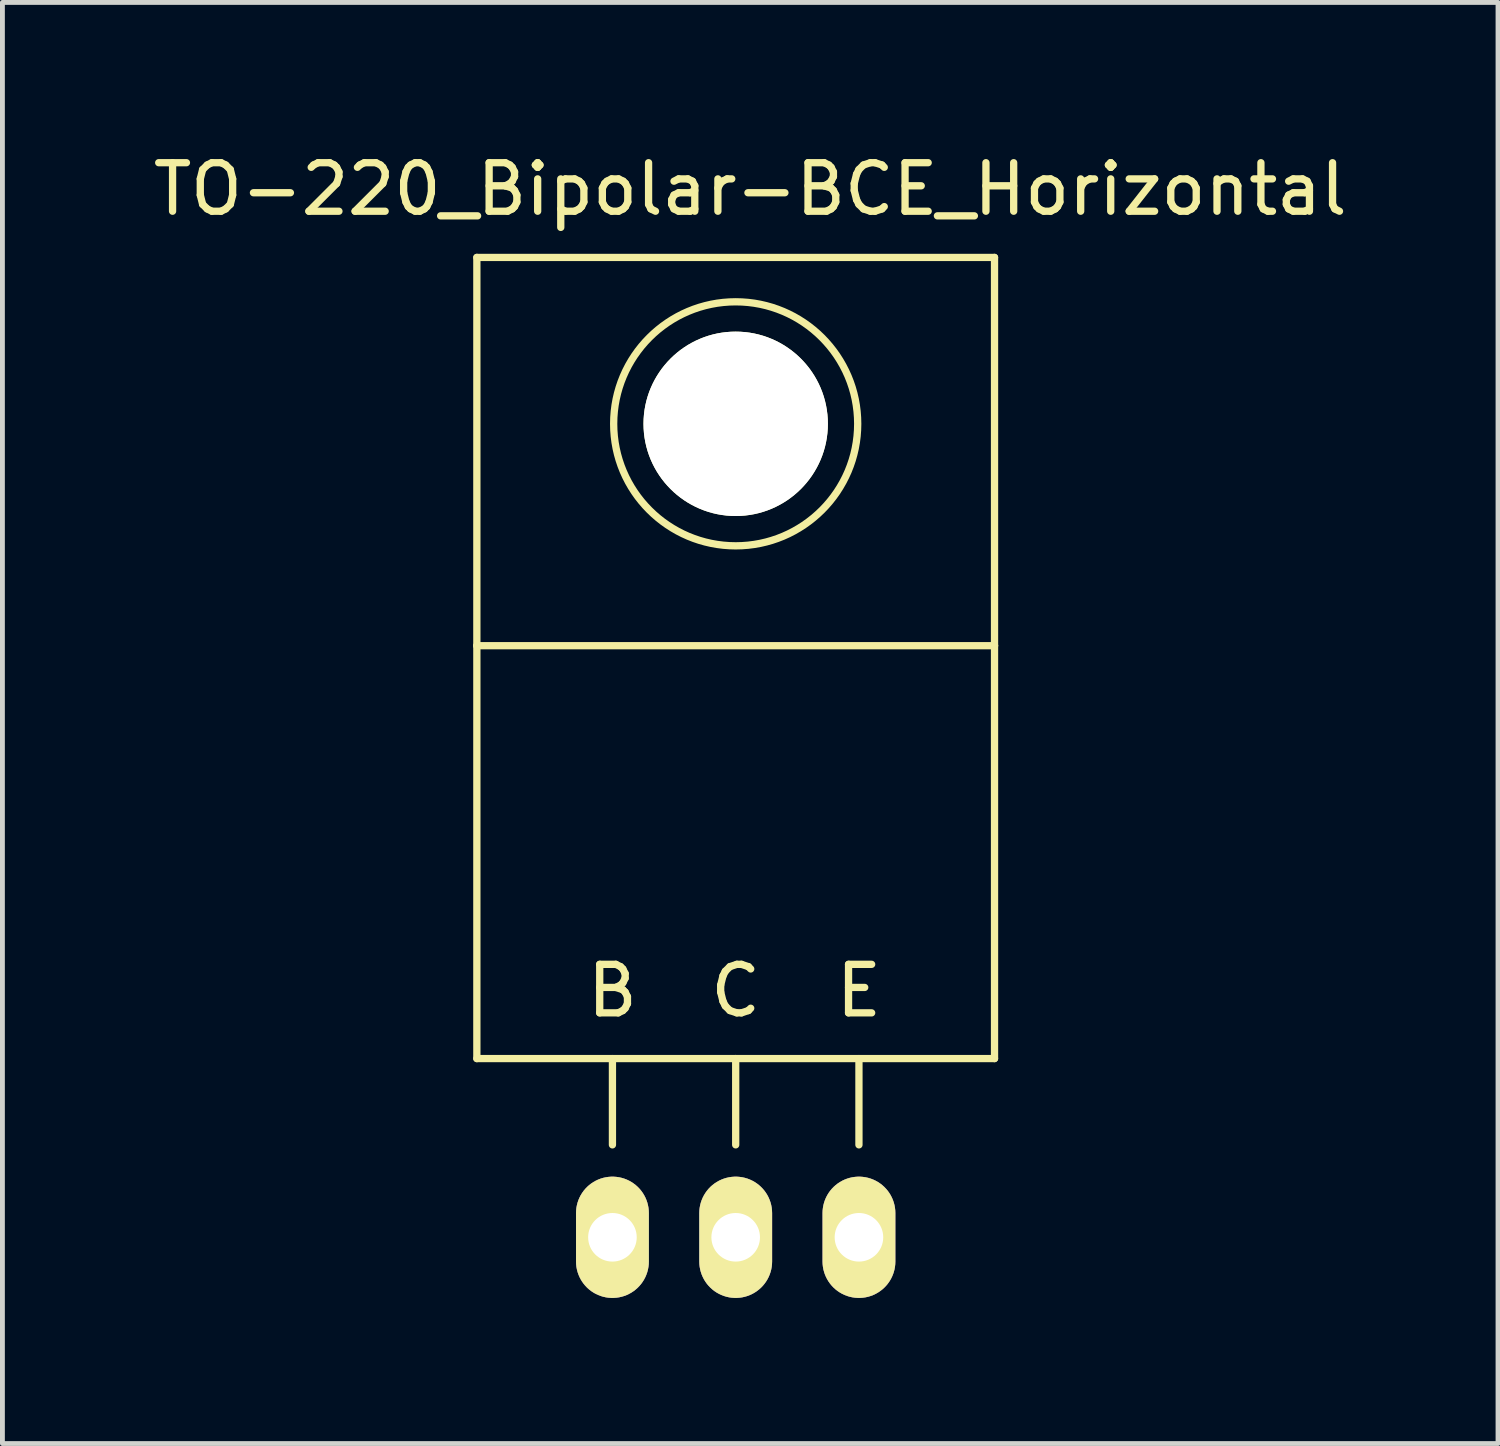
<source format=kicad_pcb>
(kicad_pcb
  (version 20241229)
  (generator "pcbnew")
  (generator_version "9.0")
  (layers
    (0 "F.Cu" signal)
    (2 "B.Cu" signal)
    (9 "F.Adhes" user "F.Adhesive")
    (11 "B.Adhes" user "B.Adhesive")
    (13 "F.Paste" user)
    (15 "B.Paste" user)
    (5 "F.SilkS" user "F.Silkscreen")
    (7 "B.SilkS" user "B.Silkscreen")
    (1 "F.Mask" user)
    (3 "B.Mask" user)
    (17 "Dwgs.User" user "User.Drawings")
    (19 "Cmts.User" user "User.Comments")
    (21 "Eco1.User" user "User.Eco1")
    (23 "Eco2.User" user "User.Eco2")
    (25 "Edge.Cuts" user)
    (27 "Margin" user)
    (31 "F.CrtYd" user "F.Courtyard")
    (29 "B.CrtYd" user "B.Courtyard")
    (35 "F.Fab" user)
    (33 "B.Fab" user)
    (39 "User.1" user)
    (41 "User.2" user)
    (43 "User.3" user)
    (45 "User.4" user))
  (footprint "TO-220_Bipolar-BCE_Horizontal"
    (layer "F.Cu")
    (at 12.111 22.448)
    (property "Reference" "TO-220_Bipolar-BCE_Horizontal" (at 0.3 -21.6 0) (layer "F.SilkS") (effects (font (size 1 1) (thickness 0.15))))
    (attr through_hole)
    (fp_line (start -5.334 -20.193) (end -5.334 -12.192) (stroke (width 0.15) (type solid)) (layer "F.SilkS"))
    (fp_line (start -5.334 -12.192) (end -5.334 -3.683) (stroke (width 0.15) (type solid)) (layer "F.SilkS"))
    (fp_line (start -2.54 -3.683) (end -2.54 -1.905) (stroke (width 0.15) (type solid)) (layer "F.SilkS"))
    (fp_line (start 0 -3.683) (end -5.334 -3.683) (stroke (width 0.15) (type solid)) (layer "F.SilkS"))
    (fp_line (start 0 -3.683) (end 0 -1.905) (stroke (width 0.15) (type solid)) (layer "F.SilkS"))
    (fp_line (start 0 -3.683) (end 5.334 -3.683) (stroke (width 0.15) (type solid)) (layer "F.SilkS"))
    (fp_line (start 2.54 -3.683) (end 2.54 -1.905) (stroke (width 0.15) (type solid)) (layer "F.SilkS"))
    (fp_line (start 5.334 -20.193) (end -5.334 -20.193) (stroke (width 0.15) (type solid)) (layer "F.SilkS"))
    (fp_line (start 5.334 -12.192) (end -5.334 -12.192) (stroke (width 0.15) (type solid)) (layer "F.SilkS"))
    (fp_line (start 5.334 -12.192) (end 5.334 -20.193) (stroke (width 0.15) (type solid)) (layer "F.SilkS"))
    (fp_line (start 5.334 -3.683) (end 5.334 -12.192) (stroke (width 0.15) (type solid)) (layer "F.SilkS"))
    (fp_circle (center 0 -16.764) (end 1.778 -14.986) (stroke (width 0.15) (type solid)) (fill no) (layer "F.SilkS"))
    (fp_text user "C" (at 0 -5.08 0) (layer "F.SilkS") (effects (font (size 1 1) (thickness 0.15))))
    (fp_text user "B" (at -2.54 -5.08 0) (layer "F.SilkS") (effects (font (size 1 1) (thickness 0.15))))
    (fp_text user "E" (at 2.54 -5.08 0) (layer "F.SilkS") (effects (font (size 1 1) (thickness 0.15))))
    (pad "" np_thru_hole circle (at 0 -16.764 90) (size 3.8 3.8) (drill 3.8) (layers "*.Cu" "*.Mask" "F.SilkS"))
    (pad "1" thru_hole oval (at -2.54 0 90) (size 2.499 1.501) (drill 1.001) (layers "*.Cu" "*.Mask" "F.SilkS"))
    (pad "2" thru_hole oval (at 0 0 90) (size 2.499 1.501) (drill 1.001) (layers "*.Cu" "*.Mask" "F.SilkS"))
    (pad "3" thru_hole oval (at 2.54 0 90) (size 2.499 1.501) (drill 1.001) (layers "*.Cu" "*.Mask" "F.SilkS")))
  (gr_rect
    (start -3 -3)
    (end 27.821 26.698)
    (stroke (width 0.1) (type default))
    (fill no)
    (layer "Edge.Cuts")))
</source>
